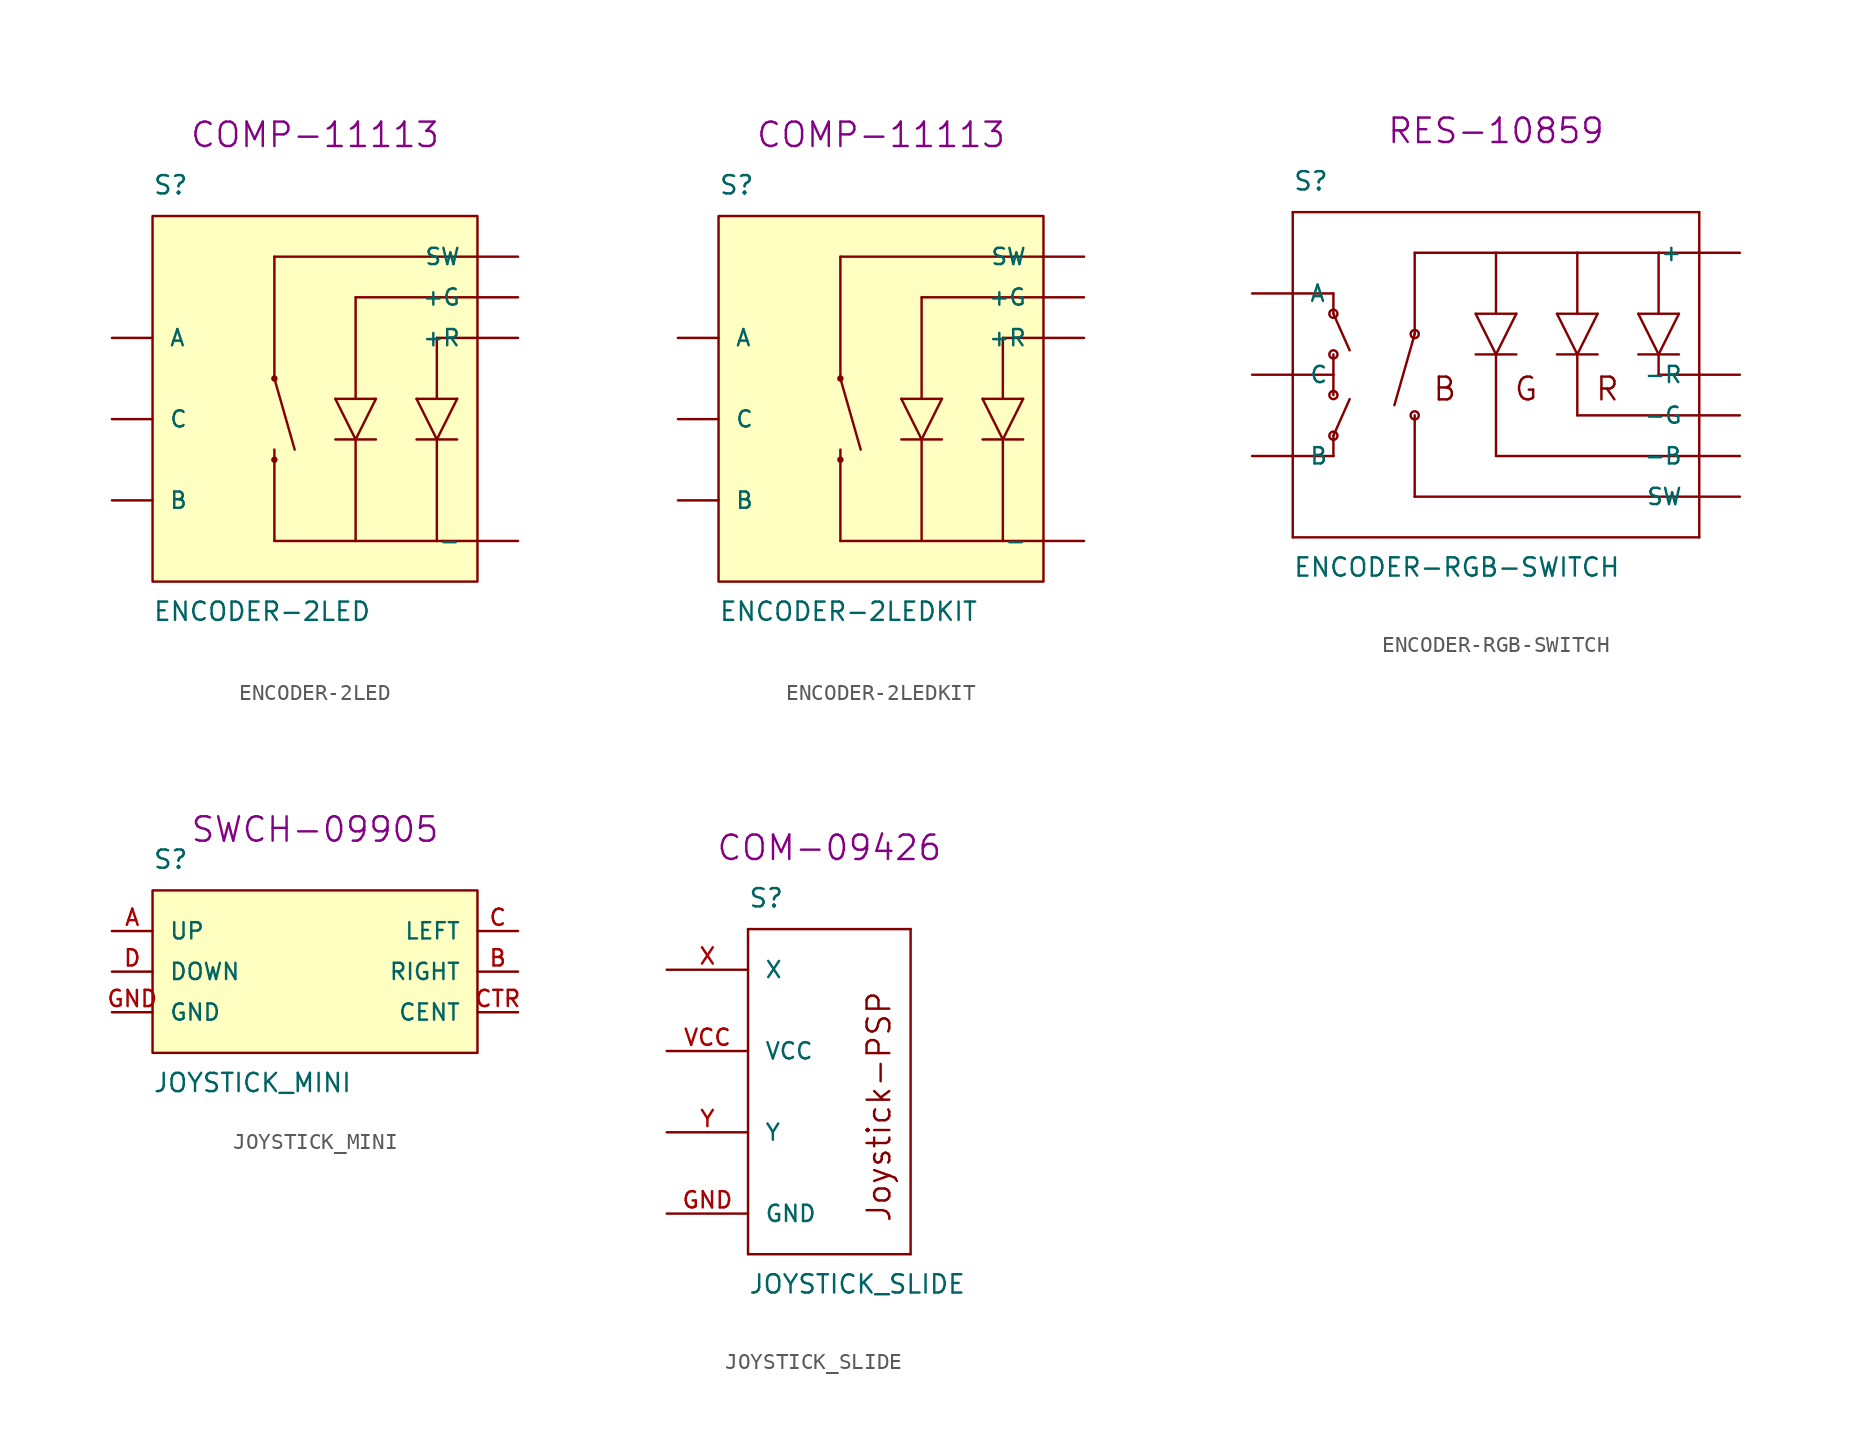
<source format=kicad_sym>
(kicad_symbol_lib
  (version 20220914)
  (generator kicad_symbol_editor)
  (symbol "ENCODER-2LED"
    (pin_numbers hide)
    (pin_names
      (offset 1.016))
    (property "Reference" "S"
      (at -10.16 13.97 0)
      (effects (font (size 1.143 1.143)) (justify left bottom)))
    (property "Value" "ENCODER-2LED"
      (at -10.16 -12.7 0)
      (effects (font (size 1.143 1.143)) (justify left bottom)))
    (property "Field4" "COMP-11113"
      (at 0 17.78 0)
      (effects (font (size 1.524 1.524))))
    (property "ki_locked" ""
      (at 0 0 0)
      (effects (font (size 1.27 1.27))))
    (symbol "ENCODER-2LED_1_0"
      (polyline (pts (xy -2.54 -7.62) (xy 2.54 -7.62)) (stroke (width 0) (type solid)) (fill (type none)))
      (polyline (pts (xy -2.54 -1.905) (xy -2.54 -7.62)) (stroke (width 0) (type solid)) (fill (type none)))
      (polyline (pts (xy -2.54 2.54) (xy -2.54 10.16)) (stroke (width 0) (type solid)) (fill (type none)))
      (polyline (pts (xy -2.54 2.54) (xy -1.27 -1.905)) (stroke (width 0) (type solid)) (fill (type none)))
      (polyline (pts (xy -2.54 10.16) (xy 10.16 10.16)) (stroke (width 0) (type solid)) (fill (type none)))
      (polyline (pts (xy 2.54 -7.62) (xy 7.62 -7.62)) (stroke (width 0) (type solid)) (fill (type none)))
      (polyline (pts (xy 2.54 -1.27) (xy 1.27 -1.27)) (stroke (width 0) (type solid)) (fill (type none)))
      (polyline (pts (xy 2.54 -1.27) (xy 1.27 1.27)) (stroke (width 0) (type solid)) (fill (type none)))
      (polyline (pts (xy 2.54 -1.27) (xy 2.54 -7.62)) (stroke (width 0) (type solid)) (fill (type none)))
      (polyline (pts (xy 2.54 1.27) (xy 1.27 1.27)) (stroke (width 0) (type solid)) (fill (type none)))
      (polyline (pts (xy 2.54 1.27) (xy 2.54 7.62)) (stroke (width 0) (type solid)) (fill (type none)))
      (polyline (pts (xy 2.54 7.62) (xy 10.16 7.62)) (stroke (width 0) (type solid)) (fill (type none)))
      (polyline (pts (xy 3.81 -1.27) (xy 2.54 -1.27)) (stroke (width 0) (type solid)) (fill (type none)))
      (polyline (pts (xy 3.81 1.27) (xy 2.54 -1.27)) (stroke (width 0) (type solid)) (fill (type none)))
      (polyline (pts (xy 3.81 1.27) (xy 2.54 1.27)) (stroke (width 0) (type solid)) (fill (type none)))
      (polyline (pts (xy 7.62 -7.62) (xy 10.16 -7.62)) (stroke (width 0) (type solid)) (fill (type none)))
      (polyline (pts (xy 7.62 -1.27) (xy 6.35 -1.27)) (stroke (width 0) (type solid)) (fill (type none)))
      (polyline (pts (xy 7.62 -1.27) (xy 6.35 1.27)) (stroke (width 0) (type solid)) (fill (type none)))
      (polyline (pts (xy 7.62 -1.27) (xy 7.62 -7.62)) (stroke (width 0) (type solid)) (fill (type none)))
      (polyline (pts (xy 7.62 1.27) (xy 6.35 1.27)) (stroke (width 0) (type solid)) (fill (type none)))
      (polyline (pts (xy 7.62 1.27) (xy 7.62 5.08)) (stroke (width 0) (type solid)) (fill (type none)))
      (polyline (pts (xy 7.62 5.08) (xy 10.16 5.08)) (stroke (width 0) (type solid)) (fill (type none)))
      (polyline (pts (xy 8.89 -1.27) (xy 7.62 -1.27)) (stroke (width 0) (type solid)) (fill (type none)))
      (polyline (pts (xy 8.89 1.27) (xy 7.62 -1.27)) (stroke (width 0) (type solid)) (fill (type none)))
      (polyline (pts (xy 8.89 1.27) (xy 7.62 1.27)) (stroke (width 0) (type solid)) (fill (type none))))
    (symbol "ENCODER-2LED_1_1"
      (circle (center -2.54 -2.54) (radius 0.127) (stroke (width 0) (type solid)) (fill (type outline)))
      (circle (center -2.54 2.54) (radius 0.127) (stroke (width 0) (type solid)) (fill (type outline)))
      (polyline (pts (xy -10.16 12.7) (xy -10.16 -10.16) (xy 10.16 -10.16) (xy 10.16 -7.62) (xy 10.16 5.08) (xy 10.16 7.62) (xy 10.16 10.16) (xy 10.16 12.7) (xy -10.16 12.7)) (stroke (width 0) (type solid)) (fill (type background)))
      (pin passive line (at 12.7 7.62 180) (length 2.54) (name "+G" (effects (font (size 1.016 1.016)))) (number "+G" (effects (font (size 1.016 1.016)))))
      (pin passive line (at 12.7 5.08 180) (length 2.54) (name "+R" (effects (font (size 1.016 1.016)))) (number "+R" (effects (font (size 1.016 1.016)))))
      (pin bidirectional line (at -12.7 5.08 0) (length 2.54) (name "A" (effects (font (size 1.016 1.016)))) (number "A" (effects (font (size 1.016 1.016)))))
      (pin bidirectional line (at -12.7 -5.08 0) (length 2.54) (name "B" (effects (font (size 1.016 1.016)))) (number "B" (effects (font (size 1.016 1.016)))))
      (pin bidirectional line (at -12.7 0 0) (length 2.54) (name "C" (effects (font (size 1.016 1.016)))) (number "C" (effects (font (size 1.016 1.016)))))
      (pin passive line (at 12.7 -7.62 180) (length 2.54) (name "-" (effects (font (size 1.016 1.016)))) (number "GND" (effects (font (size 1.016 1.016)))))
      (pin passive line (at 12.7 10.16 180) (length 2.54) (name "SW" (effects (font (size 1.016 1.016)))) (number "SW" (effects (font (size 1.016 1.016)))))))
  (symbol "ENCODER-2LEDKIT"
    (pin_numbers hide)
    (pin_names
      (offset 1.016))
    (property "Reference" "S"
      (at -10.16 13.97 0)
      (effects (font (size 1.143 1.143)) (justify left bottom)))
    (property "Value" "ENCODER-2LEDKIT"
      (at -10.16 -12.7 0)
      (effects (font (size 1.143 1.143)) (justify left bottom)))
    (property "Field4" "COMP-11113"
      (at 0 17.78 0)
      (effects (font (size 1.524 1.524))))
    (property "ki_locked" ""
      (at 0 0 0)
      (effects (font (size 1.27 1.27))))
    (symbol "ENCODER-2LEDKIT_1_0"
      (polyline (pts (xy -2.54 -7.62) (xy 2.54 -7.62)) (stroke (width 0) (type solid)) (fill (type none)))
      (polyline (pts (xy -2.54 -1.905) (xy -2.54 -7.62)) (stroke (width 0) (type solid)) (fill (type none)))
      (polyline (pts (xy -2.54 2.54) (xy -2.54 10.16)) (stroke (width 0) (type solid)) (fill (type none)))
      (polyline (pts (xy -2.54 2.54) (xy -1.27 -1.905)) (stroke (width 0) (type solid)) (fill (type none)))
      (polyline (pts (xy -2.54 10.16) (xy 10.16 10.16)) (stroke (width 0) (type solid)) (fill (type none)))
      (polyline (pts (xy 2.54 -7.62) (xy 7.62 -7.62)) (stroke (width 0) (type solid)) (fill (type none)))
      (polyline (pts (xy 2.54 -1.27) (xy 1.27 -1.27)) (stroke (width 0) (type solid)) (fill (type none)))
      (polyline (pts (xy 2.54 -1.27) (xy 1.27 1.27)) (stroke (width 0) (type solid)) (fill (type none)))
      (polyline (pts (xy 2.54 -1.27) (xy 2.54 -7.62)) (stroke (width 0) (type solid)) (fill (type none)))
      (polyline (pts (xy 2.54 1.27) (xy 1.27 1.27)) (stroke (width 0) (type solid)) (fill (type none)))
      (polyline (pts (xy 2.54 1.27) (xy 2.54 7.62)) (stroke (width 0) (type solid)) (fill (type none)))
      (polyline (pts (xy 2.54 7.62) (xy 10.16 7.62)) (stroke (width 0) (type solid)) (fill (type none)))
      (polyline (pts (xy 3.81 -1.27) (xy 2.54 -1.27)) (stroke (width 0) (type solid)) (fill (type none)))
      (polyline (pts (xy 3.81 1.27) (xy 2.54 -1.27)) (stroke (width 0) (type solid)) (fill (type none)))
      (polyline (pts (xy 3.81 1.27) (xy 2.54 1.27)) (stroke (width 0) (type solid)) (fill (type none)))
      (polyline (pts (xy 7.62 -7.62) (xy 10.16 -7.62)) (stroke (width 0) (type solid)) (fill (type none)))
      (polyline (pts (xy 7.62 -1.27) (xy 6.35 -1.27)) (stroke (width 0) (type solid)) (fill (type none)))
      (polyline (pts (xy 7.62 -1.27) (xy 6.35 1.27)) (stroke (width 0) (type solid)) (fill (type none)))
      (polyline (pts (xy 7.62 -1.27) (xy 7.62 -7.62)) (stroke (width 0) (type solid)) (fill (type none)))
      (polyline (pts (xy 7.62 1.27) (xy 6.35 1.27)) (stroke (width 0) (type solid)) (fill (type none)))
      (polyline (pts (xy 7.62 1.27) (xy 7.62 5.08)) (stroke (width 0) (type solid)) (fill (type none)))
      (polyline (pts (xy 7.62 5.08) (xy 10.16 5.08)) (stroke (width 0) (type solid)) (fill (type none)))
      (polyline (pts (xy 8.89 -1.27) (xy 7.62 -1.27)) (stroke (width 0) (type solid)) (fill (type none)))
      (polyline (pts (xy 8.89 1.27) (xy 7.62 -1.27)) (stroke (width 0) (type solid)) (fill (type none)))
      (polyline (pts (xy 8.89 1.27) (xy 7.62 1.27)) (stroke (width 0) (type solid)) (fill (type none))))
    (symbol "ENCODER-2LEDKIT_1_1"
      (circle (center -2.54 -2.54) (radius 0.127) (stroke (width 0) (type solid)) (fill (type outline)))
      (circle (center -2.54 2.54) (radius 0.127) (stroke (width 0) (type solid)) (fill (type outline)))
      (polyline (pts (xy -10.16 12.7) (xy -10.16 -10.16) (xy 10.16 -10.16) (xy 10.16 -7.62) (xy 10.16 5.08) (xy 10.16 7.62) (xy 10.16 10.16) (xy 10.16 12.7) (xy -10.16 12.7)) (stroke (width 0) (type solid)) (fill (type background)))
      (pin passive line (at 12.7 7.62 180) (length 2.54) (name "+G" (effects (font (size 1.016 1.016)))) (number "+G" (effects (font (size 1.016 1.016)))))
      (pin passive line (at 12.7 5.08 180) (length 2.54) (name "+R" (effects (font (size 1.016 1.016)))) (number "+R" (effects (font (size 1.016 1.016)))))
      (pin bidirectional line (at -12.7 5.08 0) (length 2.54) (name "A" (effects (font (size 1.016 1.016)))) (number "A" (effects (font (size 1.016 1.016)))))
      (pin bidirectional line (at -12.7 -5.08 0) (length 2.54) (name "B" (effects (font (size 1.016 1.016)))) (number "B" (effects (font (size 1.016 1.016)))))
      (pin bidirectional line (at -12.7 0 0) (length 2.54) (name "C" (effects (font (size 1.016 1.016)))) (number "C" (effects (font (size 1.016 1.016)))))
      (pin passive line (at 12.7 -7.62 180) (length 2.54) (name "-" (effects (font (size 1.016 1.016)))) (number "GND" (effects (font (size 1.016 1.016)))))
      (pin passive line (at 12.7 10.16 180) (length 2.54) (name "SW" (effects (font (size 1.016 1.016)))) (number "SW" (effects (font (size 1.016 1.016)))))))
  (symbol "ENCODER-RGB-SWITCH"
    (pin_numbers hide)
    (pin_names
      (offset 1.016))
    (property "Reference" "S"
      (at -12.7 11.43 0)
      (effects (font (size 1.143 1.143)) (justify left bottom)))
    (property "Value" "ENCODER-RGB-SWITCH"
      (at -12.7 -12.7 0)
      (effects (font (size 1.143 1.143)) (justify left bottom)))
    (property "Field4" "RES-10859"
      (at 0 15.24 0)
      (effects (font (size 1.524 1.524))))
    (property "ki_locked" ""
      (at 0 0 0)
      (effects (font (size 1.27 1.27))))
    (symbol "ENCODER-RGB-SWITCH_1_0"
      (polyline (pts (xy -12.7 -10.16) (xy 12.7 -10.16)) (stroke (width 0) (type solid)) (fill (type none)))
      (polyline (pts (xy -12.7 -5.08) (xy -12.7 -10.16)) (stroke (width 0) (type solid)) (fill (type none)))
      (polyline (pts (xy -12.7 0) (xy -12.7 -5.08)) (stroke (width 0) (type solid)) (fill (type none)))
      (polyline (pts (xy -12.7 5.08) (xy -12.7 0)) (stroke (width 0) (type solid)) (fill (type none)))
      (polyline (pts (xy -12.7 5.08) (xy -10.16 5.08)) (stroke (width 0) (type solid)) (fill (type none)))
      (polyline (pts (xy -12.7 10.16) (xy -12.7 5.08)) (stroke (width 0) (type solid)) (fill (type none)))
      (polyline (pts (xy -10.16 -5.08) (xy -12.7 -5.08)) (stroke (width 0) (type solid)) (fill (type none)))
      (polyline (pts (xy -10.16 -5.08) (xy -10.16 -3.81)) (stroke (width 0) (type solid)) (fill (type none)))
      (polyline (pts (xy -10.16 -3.81) (xy -9.144 -1.524)) (stroke (width 0) (type solid)) (fill (type none)))
      (polyline (pts (xy -10.16 0) (xy -12.7 0)) (stroke (width 0) (type solid)) (fill (type none)))
      (polyline (pts (xy -10.16 0) (xy -10.16 -1.27)) (stroke (width 0) (type solid)) (fill (type none)))
      (polyline (pts (xy -10.16 0) (xy -10.16 1.27)) (stroke (width 0) (type solid)) (fill (type none)))
      (polyline (pts (xy -10.16 3.81) (xy -9.144 1.524)) (stroke (width 0) (type solid)) (fill (type none)))
      (polyline (pts (xy -10.16 5.08) (xy -10.16 3.81)) (stroke (width 0) (type solid)) (fill (type none)))
      (polyline (pts (xy -5.08 -7.62) (xy -5.08 -2.54)) (stroke (width 0) (type solid)) (fill (type none)))
      (polyline (pts (xy -5.08 -7.62) (xy 12.7 -7.62)) (stroke (width 0) (type solid)) (fill (type none)))
      (polyline (pts (xy -5.08 2.54) (xy -6.35 -1.905)) (stroke (width 0) (type solid)) (fill (type none)))
      (polyline (pts (xy -5.08 7.62) (xy -5.08 2.54)) (stroke (width 0) (type solid)) (fill (type none)))
      (polyline (pts (xy -5.08 7.62) (xy 0 7.62)) (stroke (width 0) (type solid)) (fill (type none)))
      (polyline (pts (xy -1.27 1.27) (xy 0 1.27)) (stroke (width 0) (type solid)) (fill (type none)))
      (polyline (pts (xy -1.27 3.81) (xy 0 1.27)) (stroke (width 0) (type solid)) (fill (type none)))
      (polyline (pts (xy -1.27 3.81) (xy 0 3.81)) (stroke (width 0) (type solid)) (fill (type none)))
      (polyline (pts (xy 0 -5.08) (xy 0 1.27)) (stroke (width 0) (type solid)) (fill (type none)))
      (polyline (pts (xy 0 -5.08) (xy 12.7 -5.08)) (stroke (width 0) (type solid)) (fill (type none)))
      (polyline (pts (xy 0 1.27) (xy 1.27 1.27)) (stroke (width 0) (type solid)) (fill (type none)))
      (polyline (pts (xy 0 1.27) (xy 1.27 3.81)) (stroke (width 0) (type solid)) (fill (type none)))
      (polyline (pts (xy 0 3.81) (xy 1.27 3.81)) (stroke (width 0) (type solid)) (fill (type none)))
      (polyline (pts (xy 0 7.62) (xy 0 3.81)) (stroke (width 0) (type solid)) (fill (type none)))
      (polyline (pts (xy 0 7.62) (xy 5.08 7.62)) (stroke (width 0) (type solid)) (fill (type none)))
      (polyline (pts (xy 3.81 1.27) (xy 5.08 1.27)) (stroke (width 0) (type solid)) (fill (type none)))
      (polyline (pts (xy 3.81 3.81) (xy 5.08 1.27)) (stroke (width 0) (type solid)) (fill (type none)))
      (polyline (pts (xy 3.81 3.81) (xy 5.08 3.81)) (stroke (width 0) (type solid)) (fill (type none)))
      (polyline (pts (xy 5.08 -2.54) (xy 5.08 1.27)) (stroke (width 0) (type solid)) (fill (type none)))
      (polyline (pts (xy 5.08 -2.54) (xy 12.7 -2.54)) (stroke (width 0) (type solid)) (fill (type none)))
      (polyline (pts (xy 5.08 1.27) (xy 6.35 1.27)) (stroke (width 0) (type solid)) (fill (type none)))
      (polyline (pts (xy 5.08 1.27) (xy 6.35 3.81)) (stroke (width 0) (type solid)) (fill (type none)))
      (polyline (pts (xy 5.08 3.81) (xy 6.35 3.81)) (stroke (width 0) (type solid)) (fill (type none)))
      (polyline (pts (xy 5.08 7.62) (xy 5.08 3.81)) (stroke (width 0) (type solid)) (fill (type none)))
      (polyline (pts (xy 5.08 7.62) (xy 10.16 7.62)) (stroke (width 0) (type solid)) (fill (type none)))
      (polyline (pts (xy 8.89 1.27) (xy 10.16 1.27)) (stroke (width 0) (type solid)) (fill (type none)))
      (polyline (pts (xy 8.89 3.81) (xy 10.16 1.27)) (stroke (width 0) (type solid)) (fill (type none)))
      (polyline (pts (xy 8.89 3.81) (xy 10.16 3.81)) (stroke (width 0) (type solid)) (fill (type none)))
      (polyline (pts (xy 10.16 0) (xy 10.16 1.27)) (stroke (width 0) (type solid)) (fill (type none)))
      (polyline (pts (xy 10.16 0) (xy 12.7 0)) (stroke (width 0) (type solid)) (fill (type none)))
      (polyline (pts (xy 10.16 1.27) (xy 11.43 1.27)) (stroke (width 0) (type solid)) (fill (type none)))
      (polyline (pts (xy 10.16 1.27) (xy 11.43 3.81)) (stroke (width 0) (type solid)) (fill (type none)))
      (polyline (pts (xy 10.16 3.81) (xy 11.43 3.81)) (stroke (width 0) (type solid)) (fill (type none)))
      (polyline (pts (xy 10.16 7.62) (xy 10.16 3.81)) (stroke (width 0) (type solid)) (fill (type none)))
      (polyline (pts (xy 10.16 7.62) (xy 12.7 7.62)) (stroke (width 0) (type solid)) (fill (type none)))
      (polyline (pts (xy 12.7 10.16) (xy -12.7 10.16)) (stroke (width 0) (type solid)) (fill (type none)))
      (polyline (pts (xy 12.7 10.16) (xy 12.7 -10.16)) (stroke (width 0) (type solid)) (fill (type none)))
      (text "B" (at -3.2 -0.889 0) (effects (font (size 1.422 1.422))))
      (text "G" (at 1.88 -0.889 0) (effects (font (size 1.422 1.422))))
      (text "R" (at 6.96 -0.889 0) (effects (font (size 1.422 1.422)))))
    (symbol "ENCODER-RGB-SWITCH_1_1"
      (circle (center -10.16 -3.81) (radius 0.254) (stroke (width 0) (type solid)) (fill (type none)))
      (circle (center -10.16 -1.27) (radius 0.254) (stroke (width 0) (type solid)) (fill (type none)))
      (circle (center -10.16 1.27) (radius 0.254) (stroke (width 0) (type solid)) (fill (type none)))
      (circle (center -10.16 3.81) (radius 0.254) (stroke (width 0) (type solid)) (fill (type none)))
      (circle (center -5.08 -2.54) (radius 0.254) (stroke (width 0) (type solid)) (fill (type none)))
      (circle (center -5.08 2.54) (radius 0.254) (stroke (width 0) (type solid)) (fill (type none)))
      (pin passive line (at 15.24 0 180) (length 2.54) (name "-R" (effects (font (size 1.016 1.016)))) (number "1" (effects (font (size 1.016 1.016)))))
      (pin passive line (at 15.24 -2.54 180) (length 2.54) (name "-G" (effects (font (size 1.016 1.016)))) (number "2" (effects (font (size 1.016 1.016)))))
      (pin passive line (at 15.24 -7.62 180) (length 2.54) (name "SW" (effects (font (size 1.016 1.016)))) (number "3" (effects (font (size 1.016 1.016)))))
      (pin passive line (at 15.24 -5.08 180) (length 2.54) (name "-B" (effects (font (size 1.016 1.016)))) (number "4" (effects (font (size 1.016 1.016)))))
      (pin passive line (at 15.24 7.62 180) (length 2.54) (name "+" (effects (font (size 1.016 1.016)))) (number "5" (effects (font (size 1.016 1.016)))))
      (pin bidirectional line (at -15.24 5.08 0) (length 2.54) (name "A" (effects (font (size 1.016 1.016)))) (number "A" (effects (font (size 1.016 1.016)))))
      (pin bidirectional line (at -15.24 -5.08 0) (length 2.54) (name "B" (effects (font (size 1.016 1.016)))) (number "B" (effects (font (size 1.016 1.016)))))
      (pin bidirectional line (at -15.24 0 0) (length 2.54) (name "C" (effects (font (size 1.016 1.016)))) (number "C" (effects (font (size 1.016 1.016)))))))
  (symbol "JOYSTICK_MINI"
    (pin_names
      (offset 1.016))
    (property "Reference" "S"
      (at -10.16 6.35 0)
      (effects (font (size 1.143 1.143)) (justify left bottom)))
    (property "Value" "JOYSTICK_MINI"
      (at -10.16 -7.62 0)
      (effects (font (size 1.143 1.143)) (justify left bottom)))
    (property "Field4" "SWCH-09905"
      (at 0 8.89 0)
      (effects (font (size 1.524 1.524))))
    (property "ki_locked" ""
      (at 0 0 0)
      (effects (font (size 1.27 1.27))))
    (symbol "JOYSTICK_MINI_1_1"
      (polyline (pts (xy -10.16 5.08) (xy 10.16 5.08) (xy 10.16 -5.08) (xy -10.16 -5.08) (xy -10.16 5.08)) (stroke (width 0) (type solid)) (fill (type background)))
      (pin bidirectional line (at -12.7 2.54 0) (length 2.54) (name "UP" (effects (font (size 1.016 1.016)))) (number "A" (effects (font (size 1.016 1.016)))))
      (pin bidirectional line (at 12.7 0 180) (length 2.54) (name "RIGHT" (effects (font (size 1.016 1.016)))) (number "B" (effects (font (size 1.016 1.016)))))
      (pin bidirectional line (at 12.7 2.54 180) (length 2.54) (name "LEFT" (effects (font (size 1.016 1.016)))) (number "C" (effects (font (size 1.016 1.016)))))
      (pin bidirectional line (at 12.7 -2.54 180) (length 2.54) (name "CENT" (effects (font (size 1.016 1.016)))) (number "CTR" (effects (font (size 1.016 1.016)))))
      (pin bidirectional line (at -12.7 0 0) (length 2.54) (name "DOWN" (effects (font (size 1.016 1.016)))) (number "D" (effects (font (size 1.016 1.016)))))
      (pin bidirectional line (at -12.7 -2.54 0) (length 2.54) (name "GND" (effects (font (size 1.016 1.016)))) (number "GND" (effects (font (size 1.016 1.016)))))))
  (symbol "JOYSTICK_SLIDE"
    (pin_names
      (offset 1.016))
    (property "Reference" "S"
      (at -5.08 13.97 0)
      (effects (font (size 1.143 1.143)) (justify left bottom)))
    (property "Value" "JOYSTICK_SLIDE"
      (at -5.08 -10.16 0)
      (effects (font (size 1.143 1.143)) (justify left bottom)))
    (property "Field4" "COM-09426"
      (at 0 17.78 0)
      (effects (font (size 1.524 1.524))))
    (property "ki_locked" ""
      (at 0 0 0)
      (effects (font (size 1.27 1.27))))
    (symbol "JOYSTICK_SLIDE_1_0"
      (polyline (pts (xy -5.08 -7.62) (xy 5.08 -7.62)) (stroke (width 0) (type solid)) (fill (type none)))
      (polyline (pts (xy -5.08 12.7) (xy -5.08 -7.62)) (stroke (width 0) (type solid)) (fill (type none)))
      (polyline (pts (xy 5.08 12.7) (xy -5.08 12.7)) (stroke (width 0) (type solid)) (fill (type none)))
      (polyline (pts (xy 5.08 12.7) (xy 5.08 -7.62)) (stroke (width 0) (type solid)) (fill (type none)))
      (text "Joystick-PSP" (at 3.099 1.6 900) (effects (font (size 1.422 1.422)))))
    (symbol "JOYSTICK_SLIDE_1_1"
      (pin bidirectional line (at -10.16 -5.08 0) (length 5.08) (name "GND" (effects (font (size 1.016 1.016)))) (number "GND" (effects (font (size 1.016 1.016)))))
      (pin bidirectional line (at -10.16 5.08 0) (length 5.08) (name "VCC" (effects (font (size 1.016 1.016)))) (number "VCC" (effects (font (size 1.016 1.016)))))
      (pin bidirectional line (at -10.16 10.16 0) (length 5.08) (name "X" (effects (font (size 1.016 1.016)))) (number "X" (effects (font (size 1.016 1.016)))))
      (pin bidirectional line (at -10.16 0 0) (length 5.08) (name "Y" (effects (font (size 1.016 1.016)))) (number "Y" (effects (font (size 1.016 1.016))))))))
</source>
